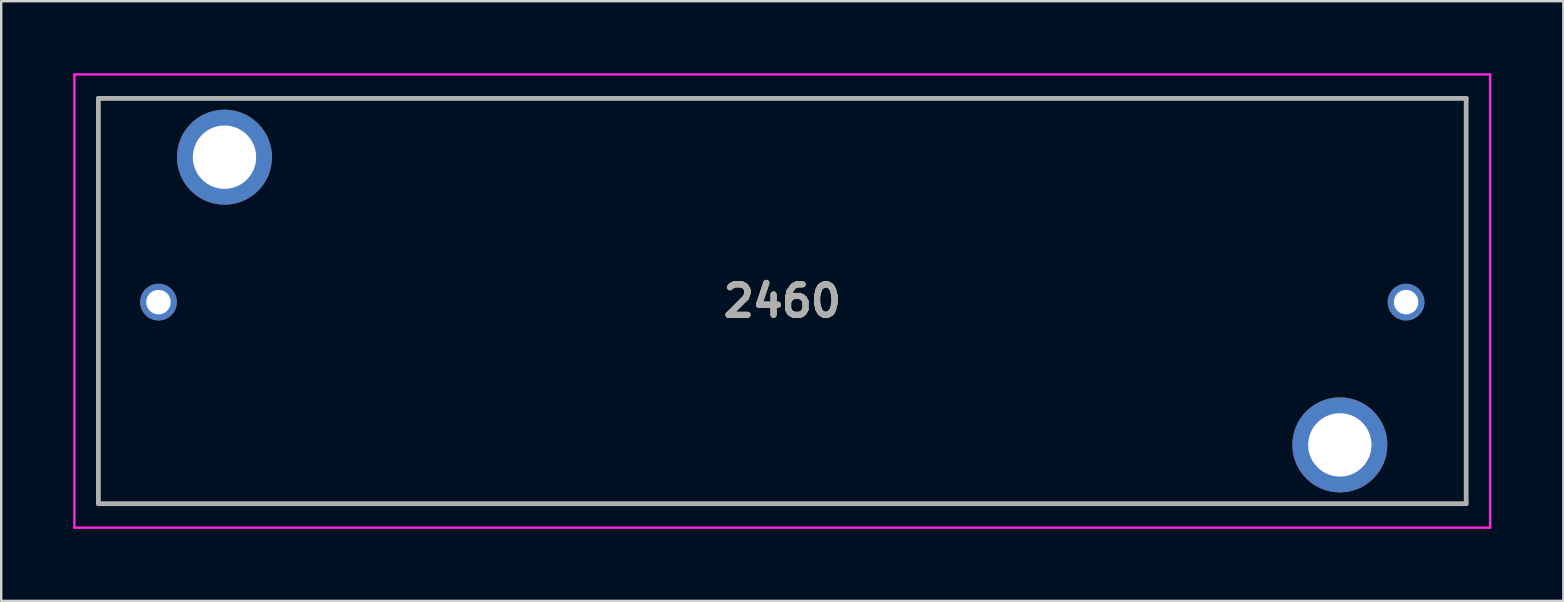
<source format=kicad_pcb>
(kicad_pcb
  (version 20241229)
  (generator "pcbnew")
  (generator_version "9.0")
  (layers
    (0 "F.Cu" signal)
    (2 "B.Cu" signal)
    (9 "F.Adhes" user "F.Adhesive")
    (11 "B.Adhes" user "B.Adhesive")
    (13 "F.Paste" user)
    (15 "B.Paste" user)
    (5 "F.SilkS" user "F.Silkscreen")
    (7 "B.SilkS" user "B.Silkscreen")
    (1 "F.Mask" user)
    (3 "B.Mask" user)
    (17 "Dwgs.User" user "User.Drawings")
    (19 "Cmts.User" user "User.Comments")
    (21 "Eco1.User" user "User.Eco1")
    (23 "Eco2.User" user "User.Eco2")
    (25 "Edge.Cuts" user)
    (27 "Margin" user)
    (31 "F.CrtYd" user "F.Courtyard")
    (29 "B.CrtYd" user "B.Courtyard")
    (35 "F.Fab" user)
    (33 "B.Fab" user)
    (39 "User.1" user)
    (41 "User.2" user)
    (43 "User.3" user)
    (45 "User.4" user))
  (footprint "2460"
    (layer "F.Cu")
    (at 29.55 9.495)
    (property "Reference" "2460" (at 0 0 0) (layer "F.SilkS") (effects (font (size 1.27 1.27) (thickness 0.254))))
    (attr through_hole)
    (fp_line (start -28.5 -8.445) (end 28.5 -8.445) (stroke (width 0.1) (type solid)) (layer "F.SilkS"))
    (fp_line (start -28.5 8.445) (end -28.5 -8.445) (stroke (width 0.1) (type solid)) (layer "F.SilkS"))
    (fp_line (start 28.5 -8.445) (end 28.5 8.445) (stroke (width 0.1) (type solid)) (layer "F.SilkS"))
    (fp_line (start 28.5 8.445) (end -28.5 8.445) (stroke (width 0.1) (type solid)) (layer "F.SilkS"))
    (fp_line (start -29.5 -9.445) (end 29.5 -9.445) (stroke (width 0.1) (type solid)) (layer "F.CrtYd"))
    (fp_line (start -29.5 9.445) (end -29.5 -9.445) (stroke (width 0.1) (type solid)) (layer "F.CrtYd"))
    (fp_line (start 29.5 -9.445) (end 29.5 9.445) (stroke (width 0.1) (type solid)) (layer "F.CrtYd"))
    (fp_line (start 29.5 9.445) (end -29.5 9.445) (stroke (width 0.1) (type solid)) (layer "F.CrtYd"))
    (fp_line (start -28.5 -8.445) (end 28.5 -8.445) (stroke (width 0.2) (type solid)) (layer "F.Fab"))
    (fp_line (start -28.5 8.445) (end -28.5 -8.445) (stroke (width 0.2) (type solid)) (layer "F.Fab"))
    (fp_line (start 28.5 -8.445) (end 28.5 8.445) (stroke (width 0.2) (type solid)) (layer "F.Fab"))
    (fp_line (start 28.5 8.445) (end -28.5 8.445) (stroke (width 0.2) (type solid)) (layer "F.Fab"))
    (fp_text user "${REFERENCE}" (at 0 0 0) (layer "F.Fab") (effects (font (size 1.27 1.27) (thickness 0.254))))
    (pad "1" thru_hole circle (at 25.995 0.045) (size 1.53 1.53) (drill 1.02) (layers "*.Cu" "*.Mask"))
    (pad "2" thru_hole circle (at -25.995 0.045) (size 1.53 1.53) (drill 1.02) (layers "*.Cu" "*.Mask"))
    (pad "3" thru_hole circle (at -23.245 -5.995) (size 3.96 3.96) (drill 2.64) (layers "*.Cu" "*.Mask"))
    (pad "4" thru_hole circle (at 23.235 5.995) (size 3.96 3.96) (drill 2.64) (layers "*.Cu" "*.Mask")))
  (gr_rect
    (start -3 -3)
    (end 62.1 21.99)
    (stroke (width 0.1) (type default))
    (fill no)
    (layer "Edge.Cuts")))
</source>
